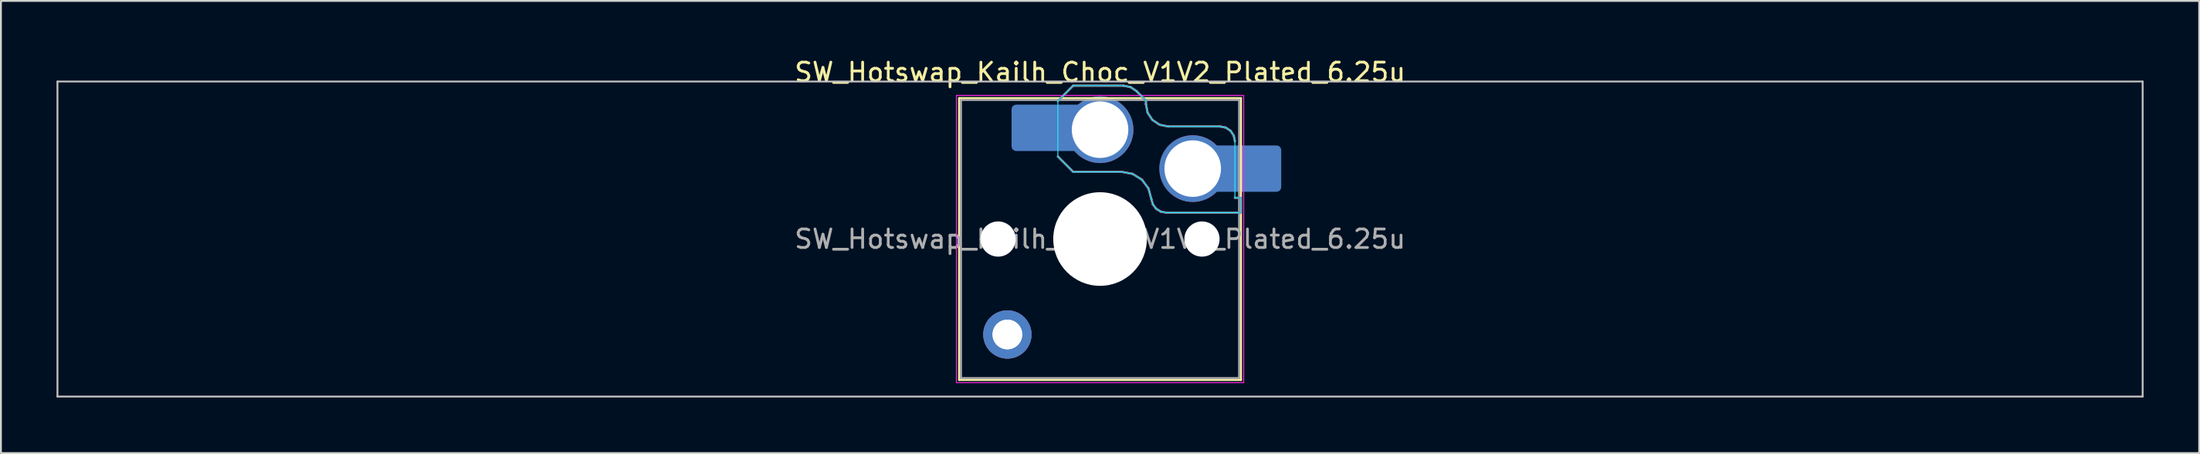
<source format=kicad_pcb>
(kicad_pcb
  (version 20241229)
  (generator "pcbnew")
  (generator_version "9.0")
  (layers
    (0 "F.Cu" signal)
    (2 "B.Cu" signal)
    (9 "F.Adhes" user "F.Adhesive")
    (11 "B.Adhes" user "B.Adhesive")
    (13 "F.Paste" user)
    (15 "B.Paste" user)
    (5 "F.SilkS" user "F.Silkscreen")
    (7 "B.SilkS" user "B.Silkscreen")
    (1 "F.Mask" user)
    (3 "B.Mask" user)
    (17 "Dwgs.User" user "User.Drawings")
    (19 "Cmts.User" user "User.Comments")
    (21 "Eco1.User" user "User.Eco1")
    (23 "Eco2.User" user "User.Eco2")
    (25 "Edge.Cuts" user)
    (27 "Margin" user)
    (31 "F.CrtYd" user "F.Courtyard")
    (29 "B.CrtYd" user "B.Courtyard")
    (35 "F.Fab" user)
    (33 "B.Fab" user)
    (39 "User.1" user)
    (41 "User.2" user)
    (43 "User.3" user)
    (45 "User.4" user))
  (footprint "SW_Hotswap_Kailh_Choc_V1V2_Plated_6.25u"
    (layer "F.Cu")
    (at 56.3 9.848)
    (property "Reference" "SW_Hotswap_Kailh_Choc_V1V2_Plated_6.25u" (at 0 -9 0) (layer "F.SilkS") (effects (font (size 1 1) (thickness 0.15))))
    (attr smd)
    (fp_line (start -7.6 -7.6) (end -7.6 7.6) (stroke (width 0.12) (type solid)) (layer "F.SilkS"))
    (fp_line (start -7.6 7.6) (end 7.6 7.6) (stroke (width 0.12) (type solid)) (layer "F.SilkS"))
    (fp_line (start 7.6 -7.6) (end -7.6 -7.6) (stroke (width 0.12) (type solid)) (layer "F.SilkS"))
    (fp_line (start 7.6 7.6) (end 7.6 -7.6) (stroke (width 0.12) (type solid)) (layer "F.SilkS"))
    (fp_line (start -2.275 -7.45) (end -1.45 -8.275) (stroke (width 0.12) (type solid)) (layer "B.SilkS"))
    (fp_line (start -1.45 -8.275) (end 1.261 -8.275) (stroke (width 0.12) (type solid)) (layer "B.SilkS"))
    (fp_line (start -1.45 -3.625) (end -2.275 -4.45) (stroke (width 0.12) (type solid)) (layer "B.SilkS"))
    (fp_line (start 1.175 -3.625) (end -1.45 -3.625) (stroke (width 0.12) (type solid)) (layer "B.SilkS"))
    (fp_line (start 1.261 -8.275) (end 1.643 -8.199) (stroke (width 0.12) (type solid)) (layer "B.SilkS"))
    (fp_line (start 1.643 -8.199) (end 1.968 -7.982) (stroke (width 0.12) (type solid)) (layer "B.SilkS"))
    (fp_line (start 1.756 -3.516) (end 1.175 -3.625) (stroke (width 0.12) (type solid)) (layer "B.SilkS"))
    (fp_line (start 1.968 -7.982) (end 2.475 -7.475) (stroke (width 0.12) (type solid)) (layer "B.SilkS"))
    (fp_line (start 2.258 -3.203) (end 1.756 -3.516) (stroke (width 0.12) (type solid)) (layer "B.SilkS"))
    (fp_line (start 2.475 -7.475) (end 2.475 -7.275) (stroke (width 0.12) (type solid)) (layer "B.SilkS"))
    (fp_line (start 2.475 -7.275) (end 2.566 -6.816) (stroke (width 0.12) (type solid)) (layer "B.SilkS"))
    (fp_line (start 2.566 -6.816) (end 2.826 -6.426) (stroke (width 0.12) (type solid)) (layer "B.SilkS"))
    (fp_line (start 2.612 -2.729) (end 2.258 -3.203) (stroke (width 0.12) (type solid)) (layer "B.SilkS"))
    (fp_line (start 2.769 -2.158) (end 2.612 -2.729) (stroke (width 0.12) (type solid)) (layer "B.SilkS"))
    (fp_line (start 2.826 -6.426) (end 3.216 -6.166) (stroke (width 0.12) (type solid)) (layer "B.SilkS"))
    (fp_line (start 2.848 -1.873) (end 2.769 -2.158) (stroke (width 0.12) (type solid)) (layer "B.SilkS"))
    (fp_line (start 3.025 -1.636) (end 2.848 -1.873) (stroke (width 0.12) (type solid)) (layer "B.SilkS"))
    (fp_line (start 3.216 -6.166) (end 3.675 -6.075) (stroke (width 0.12) (type solid)) (layer "B.SilkS"))
    (fp_line (start 3.276 -1.48) (end 3.025 -1.636) (stroke (width 0.12) (type solid)) (layer "B.SilkS"))
    (fp_line (start 3.567 -1.425) (end 3.276 -1.48) (stroke (width 0.12) (type solid)) (layer "B.SilkS"))
    (fp_line (start 3.675 -6.075) (end 6.475 -6.075) (stroke (width 0.12) (type solid)) (layer "B.SilkS"))
    (fp_line (start 6.475 -6.075) (end 6.781 -6.014) (stroke (width 0.12) (type solid)) (layer "B.SilkS"))
    (fp_line (start 6.781 -6.014) (end 7.041 -5.841) (stroke (width 0.12) (type solid)) (layer "B.SilkS"))
    (fp_line (start 7.041 -5.841) (end 7.214 -5.581) (stroke (width 0.12) (type solid)) (layer "B.SilkS"))
    (fp_line (start 7.214 -5.581) (end 7.275 -5.275) (stroke (width 0.12) (type solid)) (layer "B.SilkS"))
    (fp_line (start 7.275 -2.225) (end 7.575 -2.225) (stroke (width 0.12) (type solid)) (layer "B.SilkS"))
    (fp_line (start 7.575 -2.225) (end 7.575 -1.425) (stroke (width 0.12) (type solid)) (layer "B.SilkS"))
    (fp_line (start 7.575 -1.425) (end 3.567 -1.425) (stroke (width 0.12) (type solid)) (layer "B.SilkS"))
    (fp_line (start -56.25 -8.5) (end -56.25 8.5) (stroke (width 0.1) (type solid)) (layer "Dwgs.User"))
    (fp_line (start -56.25 8.5) (end 56.25 8.5) (stroke (width 0.1) (type solid)) (layer "Dwgs.User"))
    (fp_line (start 56.25 -8.5) (end -56.25 -8.5) (stroke (width 0.1) (type solid)) (layer "Dwgs.User"))
    (fp_line (start 56.25 8.5) (end 56.25 -8.5) (stroke (width 0.1) (type solid)) (layer "Dwgs.User"))
    (fp_line (start -7.25 -7.25) (end -7.25 7.25) (stroke (width 0.1) (type solid)) (layer "Eco1.User"))
    (fp_line (start -7.25 7.25) (end 7.25 7.25) (stroke (width 0.1) (type solid)) (layer "Eco1.User"))
    (fp_line (start 7.25 -7.25) (end -7.25 -7.25) (stroke (width 0.1) (type solid)) (layer "Eco1.User"))
    (fp_line (start 7.25 7.25) (end 7.25 -7.25) (stroke (width 0.1) (type solid)) (layer "Eco1.User"))
    (fp_line (start -2.275 -7.45) (end -1.45 -8.275) (stroke (width 0.05) (type solid)) (layer "B.CrtYd"))
    (fp_line (start -2.275 -4.45) (end -2.275 -7.45) (stroke (width 0.05) (type solid)) (layer "B.CrtYd"))
    (fp_line (start -1.45 -8.275) (end 1.261 -8.275) (stroke (width 0.05) (type solid)) (layer "B.CrtYd"))
    (fp_line (start -1.45 -3.625) (end -2.275 -4.45) (stroke (width 0.05) (type solid)) (layer "B.CrtYd"))
    (fp_line (start 1.175 -3.625) (end -1.45 -3.625) (stroke (width 0.05) (type solid)) (layer "B.CrtYd"))
    (fp_line (start 1.261 -8.275) (end 1.643 -8.199) (stroke (width 0.05) (type solid)) (layer "B.CrtYd"))
    (fp_line (start 1.643 -8.199) (end 1.968 -7.982) (stroke (width 0.05) (type solid)) (layer "B.CrtYd"))
    (fp_line (start 1.756 -3.516) (end 1.175 -3.625) (stroke (width 0.05) (type solid)) (layer "B.CrtYd"))
    (fp_line (start 1.968 -7.982) (end 2.475 -7.475) (stroke (width 0.05) (type solid)) (layer "B.CrtYd"))
    (fp_line (start 2.258 -3.203) (end 1.756 -3.516) (stroke (width 0.05) (type solid)) (layer "B.CrtYd"))
    (fp_line (start 2.475 -7.475) (end 2.475 -7.275) (stroke (width 0.05) (type solid)) (layer "B.CrtYd"))
    (fp_line (start 2.475 -7.275) (end 2.566 -6.816) (stroke (width 0.05) (type solid)) (layer "B.CrtYd"))
    (fp_line (start 2.566 -6.816) (end 2.826 -6.426) (stroke (width 0.05) (type solid)) (layer "B.CrtYd"))
    (fp_line (start 2.612 -2.729) (end 2.258 -3.203) (stroke (width 0.05) (type solid)) (layer "B.CrtYd"))
    (fp_line (start 2.769 -2.158) (end 2.612 -2.729) (stroke (width 0.05) (type solid)) (layer "B.CrtYd"))
    (fp_line (start 2.826 -6.426) (end 3.216 -6.166) (stroke (width 0.05) (type solid)) (layer "B.CrtYd"))
    (fp_line (start 2.848 -1.873) (end 2.769 -2.158) (stroke (width 0.05) (type solid)) (layer "B.CrtYd"))
    (fp_line (start 3.025 -1.636) (end 2.848 -1.873) (stroke (width 0.05) (type solid)) (layer "B.CrtYd"))
    (fp_line (start 3.216 -6.166) (end 3.675 -6.075) (stroke (width 0.05) (type solid)) (layer "B.CrtYd"))
    (fp_line (start 3.276 -1.48) (end 3.025 -1.636) (stroke (width 0.05) (type solid)) (layer "B.CrtYd"))
    (fp_line (start 3.567 -1.425) (end 3.276 -1.48) (stroke (width 0.05) (type solid)) (layer "B.CrtYd"))
    (fp_line (start 3.675 -6.075) (end 6.475 -6.075) (stroke (width 0.05) (type solid)) (layer "B.CrtYd"))
    (fp_line (start 6.475 -6.075) (end 6.781 -6.014) (stroke (width 0.05) (type solid)) (layer "B.CrtYd"))
    (fp_line (start 6.781 -6.014) (end 7.041 -5.841) (stroke (width 0.05) (type solid)) (layer "B.CrtYd"))
    (fp_line (start 7.041 -5.841) (end 7.214 -5.581) (stroke (width 0.05) (type solid)) (layer "B.CrtYd"))
    (fp_line (start 7.214 -5.581) (end 7.275 -5.275) (stroke (width 0.05) (type solid)) (layer "B.CrtYd"))
    (fp_line (start 7.275 -5.275) (end 7.275 -2.225) (stroke (width 0.05) (type solid)) (layer "B.CrtYd"))
    (fp_line (start 7.275 -2.225) (end 7.575 -2.225) (stroke (width 0.05) (type solid)) (layer "B.CrtYd"))
    (fp_line (start 7.575 -2.225) (end 7.575 -1.425) (stroke (width 0.05) (type solid)) (layer "B.CrtYd"))
    (fp_line (start 7.575 -1.425) (end 3.567 -1.425) (stroke (width 0.05) (type solid)) (layer "B.CrtYd"))
    (fp_line (start -7.75 -7.75) (end -7.75 7.75) (stroke (width 0.05) (type solid)) (layer "F.CrtYd"))
    (fp_line (start -7.75 7.75) (end 7.75 7.75) (stroke (width 0.05) (type solid)) (layer "F.CrtYd"))
    (fp_line (start 7.75 -7.75) (end -7.75 -7.75) (stroke (width 0.05) (type solid)) (layer "F.CrtYd"))
    (fp_line (start 7.75 7.75) (end 7.75 -7.75) (stroke (width 0.05) (type solid)) (layer "F.CrtYd"))
    (fp_line (start -2.275 -7.45) (end -1.45 -8.275) (stroke (width 0.1) (type solid)) (layer "B.Fab"))
    (fp_line (start -1.45 -8.275) (end 1.261 -8.275) (stroke (width 0.1) (type solid)) (layer "B.Fab"))
    (fp_line (start -1.45 -3.625) (end -2.275 -4.45) (stroke (width 0.1) (type solid)) (layer "B.Fab"))
    (fp_line (start 1.175 -3.625) (end -1.45 -3.625) (stroke (width 0.1) (type solid)) (layer "B.Fab"))
    (fp_line (start 1.261 -8.275) (end 1.643 -8.199) (stroke (width 0.1) (type solid)) (layer "B.Fab"))
    (fp_line (start 1.643 -8.199) (end 1.968 -7.982) (stroke (width 0.1) (type solid)) (layer "B.Fab"))
    (fp_line (start 1.756 -3.516) (end 1.175 -3.625) (stroke (width 0.1) (type solid)) (layer "B.Fab"))
    (fp_line (start 1.968 -7.982) (end 2.475 -7.475) (stroke (width 0.1) (type solid)) (layer "B.Fab"))
    (fp_line (start 2.258 -3.203) (end 1.756 -3.516) (stroke (width 0.1) (type solid)) (layer "B.Fab"))
    (fp_line (start 2.475 -7.475) (end 2.475 -7.275) (stroke (width 0.1) (type solid)) (layer "B.Fab"))
    (fp_line (start 2.475 -7.275) (end 2.566 -6.816) (stroke (width 0.1) (type solid)) (layer "B.Fab"))
    (fp_line (start 2.566 -6.816) (end 2.826 -6.426) (stroke (width 0.1) (type solid)) (layer "B.Fab"))
    (fp_line (start 2.612 -2.729) (end 2.258 -3.203) (stroke (width 0.1) (type solid)) (layer "B.Fab"))
    (fp_line (start 2.769 -2.158) (end 2.612 -2.729) (stroke (width 0.1) (type solid)) (layer "B.Fab"))
    (fp_line (start 2.826 -6.426) (end 3.216 -6.166) (stroke (width 0.1) (type solid)) (layer "B.Fab"))
    (fp_line (start 2.848 -1.873) (end 2.769 -2.158) (stroke (width 0.1) (type solid)) (layer "B.Fab"))
    (fp_line (start 3.025 -1.636) (end 2.848 -1.873) (stroke (width 0.1) (type solid)) (layer "B.Fab"))
    (fp_line (start 3.216 -6.166) (end 3.675 -6.075) (stroke (width 0.1) (type solid)) (layer "B.Fab"))
    (fp_line (start 3.276 -1.48) (end 3.025 -1.636) (stroke (width 0.1) (type solid)) (layer "B.Fab"))
    (fp_line (start 3.567 -1.425) (end 3.276 -1.48) (stroke (width 0.1) (type solid)) (layer "B.Fab"))
    (fp_line (start 3.675 -6.075) (end 6.475 -6.075) (stroke (width 0.1) (type solid)) (layer "B.Fab"))
    (fp_line (start 6.475 -6.075) (end 6.781 -6.014) (stroke (width 0.1) (type solid)) (layer "B.Fab"))
    (fp_line (start 6.781 -6.014) (end 7.041 -5.841) (stroke (width 0.1) (type solid)) (layer "B.Fab"))
    (fp_line (start 7.041 -5.841) (end 7.214 -5.581) (stroke (width 0.1) (type solid)) (layer "B.Fab"))
    (fp_line (start 7.214 -5.581) (end 7.275 -5.275) (stroke (width 0.1) (type solid)) (layer "B.Fab"))
    (fp_line (start 7.275 -2.225) (end 7.575 -2.225) (stroke (width 0.1) (type solid)) (layer "B.Fab"))
    (fp_line (start 7.575 -2.225) (end 7.575 -1.425) (stroke (width 0.1) (type solid)) (layer "B.Fab"))
    (fp_line (start 7.575 -1.425) (end 3.567 -1.425) (stroke (width 0.1) (type solid)) (layer "B.Fab"))
    (fp_line (start -7.5 -7.5) (end -7.5 7.5) (stroke (width 0.1) (type solid)) (layer "F.Fab"))
    (fp_line (start -7.5 7.5) (end 7.5 7.5) (stroke (width 0.1) (type solid)) (layer "F.Fab"))
    (fp_line (start 7.5 -7.5) (end -7.5 -7.5) (stroke (width 0.1) (type solid)) (layer "F.Fab"))
    (fp_line (start 7.5 7.5) (end 7.5 -7.5) (stroke (width 0.1) (type solid)) (layer "F.Fab"))
    (fp_text user "${REFERENCE}" (at 0 0 0) (layer "F.Fab") (effects (font (size 1 1) (thickness 0.15))))
    (pad "" np_thru_hole circle (at -5.5 0) (size 1.9 1.9) (drill 1.9) (layers "*.Cu" "*.Mask"))
    (pad "" thru_hole circle (at -5 5.15) (size 2.6 2.6) (drill 1.6) (layers "*.Cu" "B.Mask"))
    (pad "" thru_hole circle (at -5 5.15) (size 2.6 2.6) (drill 1.6) (layers "*.Cu" "B.Mask"))
    (pad "" smd roundrect (at -3.5 -6) (size 2.55 2.5) (layers "B.Mask" "B.Paste") (roundrect_rratio 0.1))
    (pad "" np_thru_hole circle (at 0 0) (size 5.05 5.05) (drill 5.05) (layers "*.Cu" "*.Mask"))
    (pad "" np_thru_hole circle (at 5.5 0) (size 1.9 1.9) (drill 1.9) (layers "*.Cu" "*.Mask"))
    (pad "" smd roundrect (at 8.5 -3.8) (size 2.55 2.5) (layers "B.Mask" "B.Paste") (roundrect_rratio 0.1))
    (pad "1" smd roundrect (at -2.85 -6) (size 3.85 2.5) (layers "B.Cu") (roundrect_rratio 0.1))
    (pad "1" thru_hole circle (at 0 -5.9) (size 3.6 3.6) (drill 3.05) (layers "*.Cu" "B.Mask"))
    (pad "2" thru_hole circle (at 5 -3.8) (size 3.6 3.6) (drill 3.05) (layers "*.Cu" "B.Mask"))
    (pad "2" smd roundrect (at 7.85 -3.8) (size 3.85 2.5) (layers "B.Cu") (roundrect_rratio 0.1)))
  (gr_rect
    (start -3 -3)
    (end 115.6 21.398)
    (stroke (width 0.1) (type default))
    (fill no)
    (layer "Edge.Cuts")))
</source>
